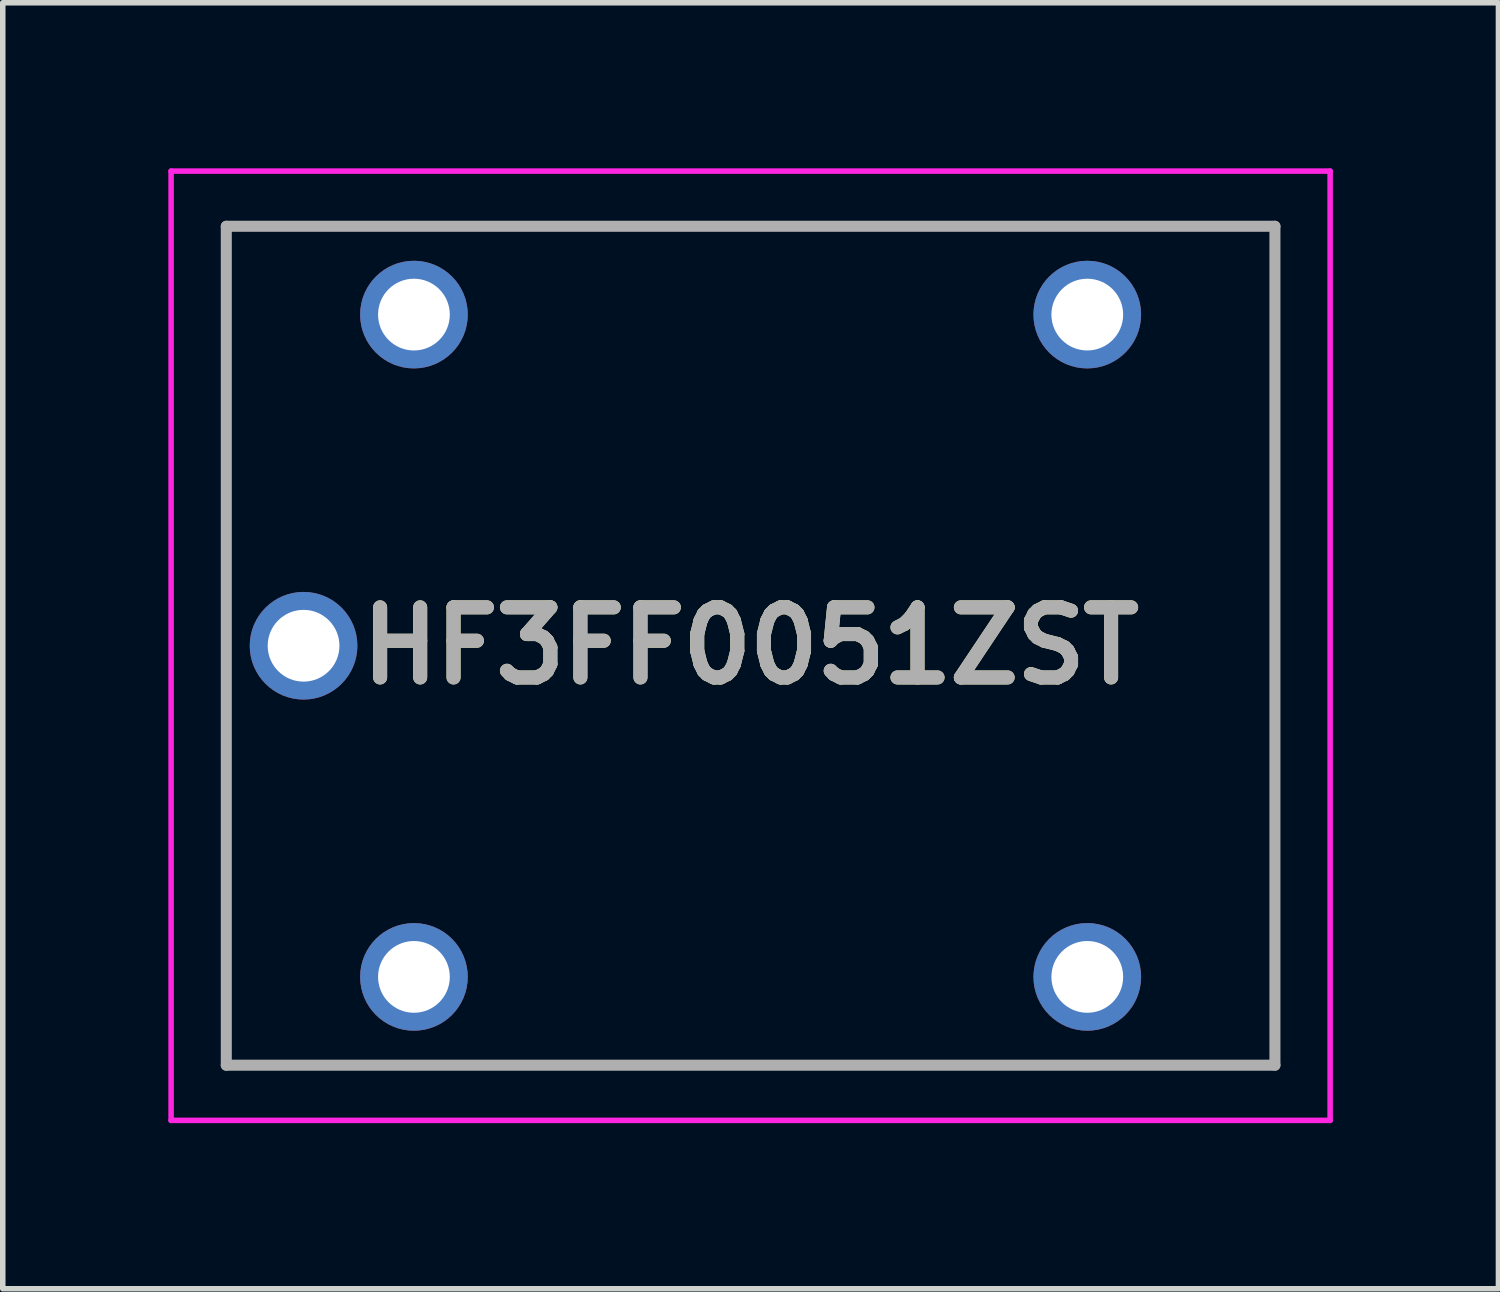
<source format=kicad_pcb>
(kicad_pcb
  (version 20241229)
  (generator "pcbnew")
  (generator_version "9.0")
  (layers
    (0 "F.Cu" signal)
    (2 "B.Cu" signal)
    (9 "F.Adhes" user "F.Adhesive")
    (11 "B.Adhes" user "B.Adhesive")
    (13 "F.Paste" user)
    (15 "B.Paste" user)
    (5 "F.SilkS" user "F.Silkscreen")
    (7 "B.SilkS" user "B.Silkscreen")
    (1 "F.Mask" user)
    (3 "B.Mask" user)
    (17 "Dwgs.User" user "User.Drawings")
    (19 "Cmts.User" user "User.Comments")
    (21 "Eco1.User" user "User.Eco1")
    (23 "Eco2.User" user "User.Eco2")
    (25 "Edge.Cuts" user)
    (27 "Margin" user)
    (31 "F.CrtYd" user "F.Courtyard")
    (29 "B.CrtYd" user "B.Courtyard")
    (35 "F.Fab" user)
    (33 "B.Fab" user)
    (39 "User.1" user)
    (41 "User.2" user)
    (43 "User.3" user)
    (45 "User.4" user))
  (footprint "HF3FF0051ZST"
    (layer "F.Cu")
    (at 10.55 8.65)
    (property "Reference" "HF3FF0051ZST" (at 0 0 0) (layer "F.SilkS") (effects (font (size 1.27 1.27) (thickness 0.254))))
    (attr through_hole)
    (fp_line (start -9.5 -7.6) (end 9.5 -7.6) (stroke (width 0.1) (type solid)) (layer "F.SilkS"))
    (fp_line (start -9.5 7.6) (end -9.5 -7.6) (stroke (width 0.1) (type solid)) (layer "F.SilkS"))
    (fp_line (start 9.5 -7.6) (end 9.5 7.6) (stroke (width 0.1) (type solid)) (layer "F.SilkS"))
    (fp_line (start 9.5 7.6) (end -9.5 7.6) (stroke (width 0.1) (type solid)) (layer "F.SilkS"))
    (fp_line (start -10.5 -8.6) (end 10.5 -8.6) (stroke (width 0.1) (type solid)) (layer "F.CrtYd"))
    (fp_line (start -10.5 8.6) (end -10.5 -8.6) (stroke (width 0.1) (type solid)) (layer "F.CrtYd"))
    (fp_line (start 10.5 -8.6) (end 10.5 8.6) (stroke (width 0.1) (type solid)) (layer "F.CrtYd"))
    (fp_line (start 10.5 8.6) (end -10.5 8.6) (stroke (width 0.1) (type solid)) (layer "F.CrtYd"))
    (fp_line (start -9.5 -7.6) (end 9.5 -7.6) (stroke (width 0.2) (type solid)) (layer "F.Fab"))
    (fp_line (start -9.5 7.6) (end -9.5 -7.6) (stroke (width 0.2) (type solid)) (layer "F.Fab"))
    (fp_line (start 9.5 -7.6) (end 9.5 7.6) (stroke (width 0.2) (type solid)) (layer "F.Fab"))
    (fp_line (start 9.5 7.6) (end -9.5 7.6) (stroke (width 0.2) (type solid)) (layer "F.Fab"))
    (fp_text user "${REFERENCE}" (at 0 0 0) (layer "F.Fab") (effects (font (size 1.27 1.27) (thickness 0.254))))
    (pad "1" thru_hole circle (at -6.1 -6) (size 1.95 1.95) (drill 1.3) (layers "*.Cu" "*.Mask"))
    (pad "2" thru_hole circle (at -8.1 0) (size 1.95 1.95) (drill 1.3) (layers "*.Cu" "*.Mask"))
    (pad "3" thru_hole circle (at -6.1 6) (size 1.95 1.95) (drill 1.3) (layers "*.Cu" "*.Mask"))
    (pad "4" thru_hole circle (at 6.1 -6) (size 1.95 1.95) (drill 1.3) (layers "*.Cu" "*.Mask"))
    (pad "5" thru_hole circle (at 6.1 6) (size 1.95 1.95) (drill 1.3) (layers "*.Cu" "*.Mask")))
  (gr_rect
    (start -3 -3)
    (end 24.1 20.3)
    (stroke (width 0.1) (type default))
    (fill no)
    (layer "Edge.Cuts")))
</source>
